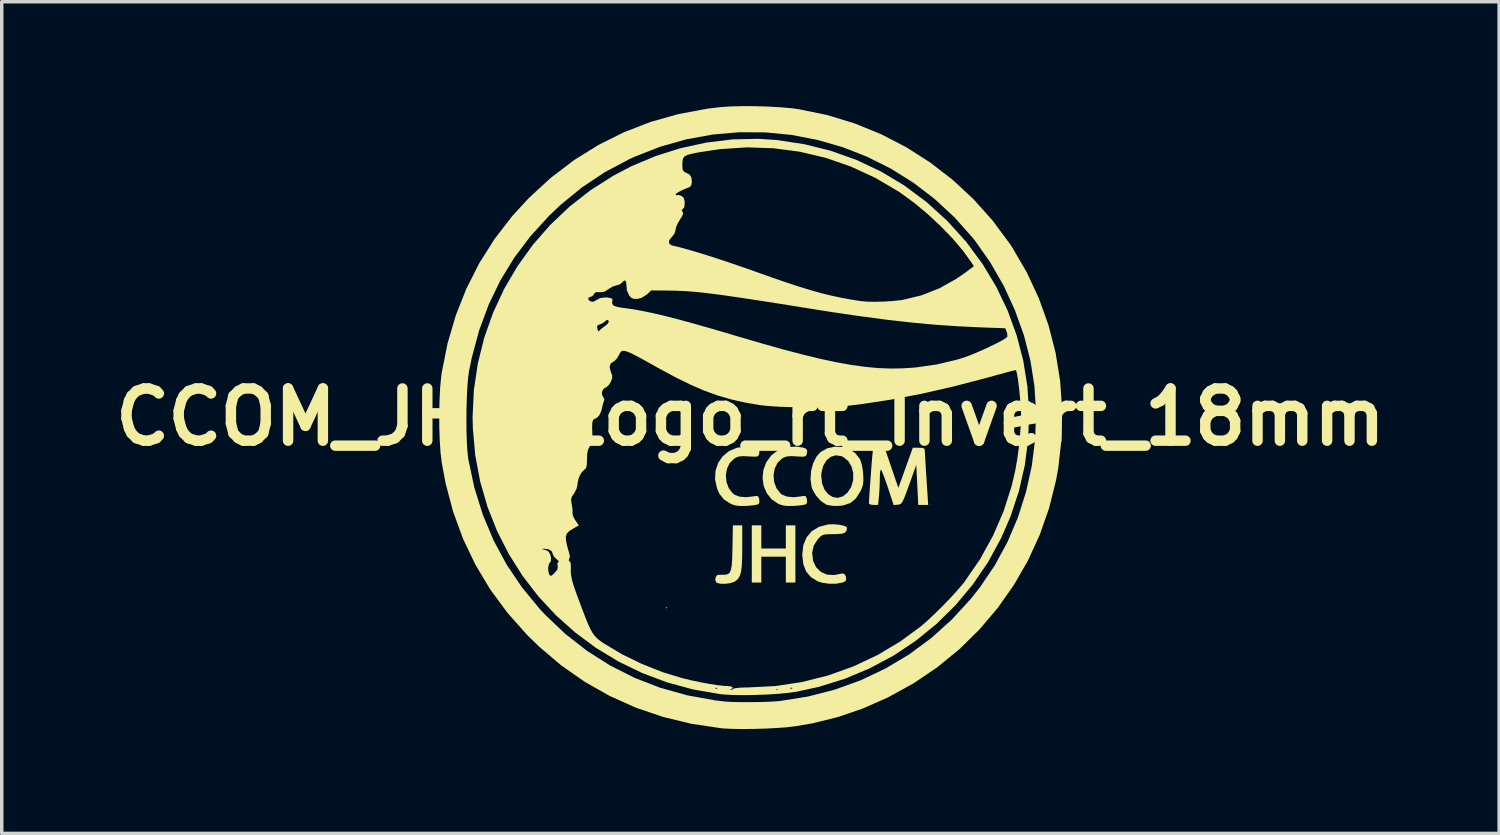
<source format=kicad_pcb>
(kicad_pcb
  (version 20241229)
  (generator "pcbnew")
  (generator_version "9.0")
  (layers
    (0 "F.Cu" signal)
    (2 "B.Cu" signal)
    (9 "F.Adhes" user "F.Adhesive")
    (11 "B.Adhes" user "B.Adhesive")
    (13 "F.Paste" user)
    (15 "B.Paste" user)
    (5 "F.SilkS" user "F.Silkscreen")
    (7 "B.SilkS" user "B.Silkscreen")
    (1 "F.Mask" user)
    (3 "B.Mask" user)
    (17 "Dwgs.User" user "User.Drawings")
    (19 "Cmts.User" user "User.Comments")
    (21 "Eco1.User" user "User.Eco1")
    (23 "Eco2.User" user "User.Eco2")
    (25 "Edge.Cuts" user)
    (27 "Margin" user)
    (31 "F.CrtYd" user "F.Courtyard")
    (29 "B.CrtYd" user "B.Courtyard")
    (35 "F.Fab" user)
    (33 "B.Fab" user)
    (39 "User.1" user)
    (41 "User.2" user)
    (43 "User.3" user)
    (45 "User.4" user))
  (footprint "CCOM_JHC_Logo_rt_Invert_18mm"
    (layer "F.Cu")
    (at 18.514 8.935)
    (property "Reference" "CCOM_JHC_Logo_rt_Invert_18mm" (at 0 0 0) (layer "F.SilkS") (effects (font (size 1.5 1.5) (thickness 0.3))))
    (attr board_only exclude_from_pos_files exclude_from_bom)
    (fp_poly (pts (xy -2.387 5.479) (xy -2.407 5.499) (xy -2.427 5.479) (xy -2.407 5.46)) (stroke (width 0) (type solid)) (fill yes) (layer "F.SilkS"))
    (fp_poly (pts (xy 0.313 3.444) (xy 0.313 3.777) (xy 0.665 3.777) (xy 1.018 3.777) (xy 1.018 3.444) (xy 1.018 3.111) (xy 1.155 3.111) (xy 1.292 3.111) (xy 1.292 3.933) (xy 1.292 4.755) (xy 1.155 4.755) (xy 1.018 4.755) (xy 1.018 4.383) (xy 1.018 4.012) (xy 0.665 4.012) (xy 0.313 4.012) (xy 0.313 4.383) (xy 0.313 4.755) (xy 0.176 4.755) (xy 0.039 4.755) (xy 0.039 3.933) (xy 0.039 3.111) (xy 0.176 3.111) (xy 0.313 3.111)) (stroke (width 0) (type solid)) (fill yes) (layer "F.SilkS"))
    (fp_poly (pts (xy -0.235 3.761) (xy -0.238 4.051) (xy -0.248 4.273) (xy -0.269 4.439) (xy -0.303 4.559) (xy -0.352 4.644) (xy -0.42 4.706) (xy -0.473 4.737) (xy -0.587 4.774) (xy -0.73 4.791) (xy -0.867 4.788) (xy -0.967 4.763) (xy -0.974 4.759) (xy -1.01 4.692) (xy -1.003 4.624) (xy -0.977 4.56) (xy -0.924 4.533) (xy -0.822 4.531) (xy -0.723 4.53) (xy -0.649 4.514) (xy -0.596 4.471) (xy -0.561 4.393) (xy -0.538 4.268) (xy -0.525 4.088) (xy -0.518 3.842) (xy -0.516 3.756) (xy -0.504 3.111) (xy -0.369 3.111) (xy -0.235 3.111)) (stroke (width 0) (type solid)) (fill yes) (layer "F.SilkS"))
    (fp_poly (pts (xy 2.547 3.094) (xy 2.67 3.118) (xy 2.752 3.151) (xy 2.776 3.183) (xy 2.759 3.267) (xy 2.719 3.32) (xy 2.641 3.349) (xy 2.509 3.361) (xy 2.391 3.364) (xy 2.231 3.366) (xy 2.128 3.375) (xy 2.058 3.398) (xy 2 3.442) (xy 1.939 3.507) (xy 1.82 3.691) (xy 1.774 3.902) (xy 1.8 4.129) (xy 1.887 4.315) (xy 2.025 4.451) (xy 2.203 4.528) (xy 2.406 4.539) (xy 2.506 4.52) (xy 2.629 4.495) (xy 2.7 4.507) (xy 2.737 4.565) (xy 2.749 4.616) (xy 2.748 4.689) (xy 2.697 4.735) (xy 2.65 4.753) (xy 2.473 4.788) (xy 2.263 4.79) (xy 2.058 4.76) (xy 1.93 4.718) (xy 1.736 4.598) (xy 1.601 4.438) (xy 1.52 4.229) (xy 1.49 3.965) (xy 1.49 3.951) (xy 1.52 3.682) (xy 1.613 3.456) (xy 1.765 3.278) (xy 1.971 3.153) (xy 2.226 3.087) (xy 2.264 3.083) (xy 2.405 3.08)) (stroke (width 0) (type solid)) (fill yes) (layer "F.SilkS"))
    (fp_poly (pts (xy -0.013 0.853) (xy 0.14 0.876) (xy 0.228 0.909) (xy 0.262 0.961) (xy 0.254 1.043) (xy 0.253 1.048) (xy 0.237 1.099) (xy 0.207 1.128) (xy 0.146 1.138) (xy 0.035 1.135) (xy -0.052 1.129) (xy -0.212 1.122) (xy -0.32 1.131) (xy -0.405 1.159) (xy -0.462 1.192) (xy -0.593 1.317) (xy -0.674 1.484) (xy -0.706 1.674) (xy -0.688 1.868) (xy -0.621 2.047) (xy -0.505 2.193) (xy -0.453 2.233) (xy -0.311 2.287) (xy -0.122 2.303) (xy 0.084 2.279) (xy 0.179 2.264) (xy 0.225 2.282) (xy 0.25 2.345) (xy 0.252 2.353) (xy 0.258 2.444) (xy 0.238 2.497) (xy 0.182 2.518) (xy 0.07 2.537) (xy -0.076 2.55) (xy -0.106 2.552) (xy -0.288 2.555) (xy -0.42 2.542) (xy -0.529 2.509) (xy -0.567 2.492) (xy -0.759 2.369) (xy -0.892 2.204) (xy -0.958 2.058) (xy -1.016 1.792) (xy -1.003 1.542) (xy -0.927 1.316) (xy -0.795 1.125) (xy -0.613 0.977) (xy -0.389 0.882) (xy -0.13 0.847)) (stroke (width 0) (type solid)) (fill yes) (layer "F.SilkS"))
    (fp_poly (pts (xy 1.357 0.853) (xy 1.51 0.876) (xy 1.598 0.909) (xy 1.632 0.961) (xy 1.624 1.043) (xy 1.623 1.048) (xy 1.606 1.099) (xy 1.577 1.128) (xy 1.516 1.138) (xy 1.405 1.135) (xy 1.317 1.129) (xy 1.158 1.122) (xy 1.05 1.131) (xy 0.965 1.159) (xy 0.908 1.192) (xy 0.777 1.317) (xy 0.696 1.484) (xy 0.664 1.674) (xy 0.682 1.868) (xy 0.749 2.047) (xy 0.864 2.193) (xy 0.917 2.233) (xy 1.059 2.287) (xy 1.247 2.303) (xy 1.453 2.279) (xy 1.548 2.264) (xy 1.595 2.282) (xy 1.62 2.345) (xy 1.622 2.353) (xy 1.628 2.444) (xy 1.608 2.497) (xy 1.552 2.518) (xy 1.44 2.537) (xy 1.294 2.55) (xy 1.264 2.552) (xy 1.081 2.555) (xy 0.947 2.542) (xy 0.836 2.508) (xy 0.801 2.492) (xy 0.609 2.363) (xy 0.469 2.186) (xy 0.381 1.977) (xy 0.349 1.75) (xy 0.373 1.519) (xy 0.456 1.298) (xy 0.6 1.101) (xy 0.607 1.094) (xy 0.807 0.944) (xy 1.04 0.863) (xy 1.31 0.849)) (stroke (width 0) (type solid)) (fill yes) (layer "F.SilkS"))
    (fp_poly (pts (xy 2.637 0.859) (xy 2.841 0.923) (xy 3.014 1.037) (xy 3.142 1.199) (xy 3.153 1.22) (xy 3.198 1.355) (xy 3.23 1.535) (xy 3.241 1.654) (xy 3.246 1.819) (xy 3.234 1.94) (xy 3.199 2.05) (xy 3.156 2.143) (xy 3.03 2.339) (xy 2.873 2.468) (xy 2.673 2.537) (xy 2.529 2.553) (xy 2.352 2.55) (xy 2.209 2.525) (xy 2.171 2.511) (xy 2.024 2.411) (xy 1.889 2.261) (xy 1.788 2.09) (xy 1.758 2.006) (xy 1.727 1.782) (xy 1.733 1.705) (xy 2.035 1.705) (xy 2.061 1.915) (xy 2.132 2.088) (xy 2.237 2.218) (xy 2.366 2.298) (xy 2.508 2.321) (xy 2.653 2.28) (xy 2.787 2.175) (xy 2.897 2.004) (xy 2.952 1.811) (xy 2.954 1.612) (xy 2.906 1.424) (xy 2.811 1.264) (xy 2.672 1.149) (xy 2.616 1.123) (xy 2.456 1.098) (xy 2.309 1.142) (xy 2.185 1.245) (xy 2.093 1.399) (xy 2.042 1.594) (xy 2.035 1.705) (xy 1.733 1.705) (xy 1.744 1.546) (xy 1.804 1.322) (xy 1.902 1.131) (xy 2.017 1.004) (xy 2.209 0.897) (xy 2.421 0.85)) (stroke (width 0) (type solid)) (fill yes) (layer "F.SilkS"))
    (fp_poly (pts (xy 4.054 1.458) (xy 4.251 2.035) (xy 4.459 1.458) (xy 4.666 0.881) (xy 4.838 0.881) (xy 4.945 0.885) (xy 4.995 0.906) (xy 5.011 0.958) (xy 5.012 0.988) (xy 5.016 1.061) (xy 5.024 1.197) (xy 5.035 1.382) (xy 5.048 1.601) (xy 5.062 1.81) (xy 5.108 2.524) (xy 4.966 2.524) (xy 4.823 2.524) (xy 4.795 1.949) (xy 4.766 1.375) (xy 4.563 1.94) (xy 4.485 2.155) (xy 4.427 2.307) (xy 4.383 2.408) (xy 4.346 2.469) (xy 4.31 2.5) (xy 4.269 2.513) (xy 4.238 2.517) (xy 4.116 2.529) (xy 3.948 2.018) (xy 3.884 1.832) (xy 3.827 1.677) (xy 3.782 1.565) (xy 3.753 1.51) (xy 3.749 1.507) (xy 3.733 1.543) (xy 3.722 1.637) (xy 3.718 1.769) (xy 3.718 1.775) (xy 3.714 1.962) (xy 3.703 2.161) (xy 3.693 2.284) (xy 3.668 2.524) (xy 3.536 2.524) (xy 3.448 2.513) (xy 3.406 2.487) (xy 3.405 2.483) (xy 3.408 2.414) (xy 3.416 2.285) (xy 3.427 2.111) (xy 3.441 1.909) (xy 3.457 1.697) (xy 3.472 1.491) (xy 3.486 1.307) (xy 3.498 1.164) (xy 3.506 1.086) (xy 3.528 0.881) (xy 3.692 0.881) (xy 3.857 0.881)) (stroke (width 0) (type solid)) (fill yes) (layer "F.SilkS"))
    (fp_poly (pts (xy 0.119 -8.934) (xy 0.498 -8.923) (xy 0.861 -8.903) (xy 1.187 -8.874) (xy 1.389 -8.847) (xy 2.202 -8.68) (xy 2.99 -8.44) (xy 3.75 -8.131) (xy 4.477 -7.755) (xy 5.166 -7.316) (xy 5.813 -6.816) (xy 6.412 -6.259) (xy 6.96 -5.647) (xy 7.451 -4.984) (xy 7.525 -4.873) (xy 7.941 -4.159) (xy 8.288 -3.414) (xy 8.565 -2.642) (xy 8.769 -1.848) (xy 8.9 -1.037) (xy 8.958 -0.215) (xy 8.941 0.614) (xy 8.849 1.444) (xy 8.783 1.814) (xy 8.584 2.611) (xy 8.315 3.381) (xy 7.977 4.119) (xy 7.573 4.821) (xy 7.108 5.482) (xy 6.584 6.1) (xy 6.005 6.67) (xy 5.373 7.187) (xy 4.692 7.648) (xy 3.964 8.049) (xy 3.933 8.064) (xy 3.224 8.377) (xy 2.515 8.62) (xy 1.789 8.799) (xy 1.291 8.884) (xy 1.047 8.913) (xy 0.751 8.935) (xy 0.423 8.952) (xy 0.085 8.961) (xy -0.243 8.964) (xy -0.541 8.959) (xy -0.787 8.946) (xy -0.841 8.941) (xy -1.69 8.815) (xy -2.508 8.617) (xy -3.294 8.35) (xy -4.047 8.012) (xy -4.763 7.606) (xy -5.441 7.132) (xy -6.078 6.591) (xy -6.42 6.257) (xy -6.983 5.623) (xy -7.477 4.953) (xy -7.901 4.246) (xy -8.256 3.502) (xy -8.542 2.722) (xy -8.759 1.906) (xy -8.87 1.31) (xy -8.904 1.023) (xy -8.927 0.68) (xy -8.94 0.301) (xy -8.941 0.084) (xy -8.161 0.084) (xy -8.158 0.41) (xy -8.149 0.713) (xy -8.134 0.974) (xy -8.112 1.178) (xy -8.107 1.209) (xy -7.933 2.027) (xy -7.691 2.804) (xy -7.382 3.541) (xy -7.006 4.239) (xy -6.562 4.897) (xy -6.051 5.517) (xy -5.9 5.679) (xy -5.319 6.231) (xy -4.695 6.718) (xy -4.031 7.139) (xy -3.328 7.494) (xy -2.59 7.779) (xy -1.819 7.995) (xy -1.019 8.14) (xy -0.744 8.173) (xy -0.578 8.184) (xy -0.355 8.19) (xy -0.099 8.192) (xy 0.171 8.19) (xy 0.431 8.184) (xy 0.661 8.174) (xy 0.837 8.16) (xy 0.841 8.16) (xy 1.647 8.032) (xy 2.426 7.832) (xy 3.173 7.562) (xy 3.887 7.223) (xy 4.564 6.818) (xy 5.199 6.348) (xy 5.791 5.815) (xy 6.335 5.222) (xy 6.593 4.896) (xy 7.021 4.264) (xy 7.386 3.592) (xy 7.686 2.885) (xy 7.92 2.152) (xy 8.086 1.399) (xy 8.182 0.634) (xy 8.208 -0.135) (xy 8.16 -0.902) (xy 8.046 -1.624) (xy 7.857 -2.357) (xy 7.597 -3.08) (xy 7.275 -3.779) (xy 6.894 -4.442) (xy 6.463 -5.056) (xy 6.386 -5.153) (xy 5.863 -5.741) (xy 5.293 -6.268) (xy 4.683 -6.735) (xy 4.036 -7.139) (xy 3.357 -7.479) (xy 2.653 -7.755) (xy 1.927 -7.964) (xy 1.186 -8.107) (xy 0.433 -8.181) (xy -0.325 -8.185) (xy -1.085 -8.119) (xy -1.84 -7.982) (xy -2.586 -7.771) (xy -3.318 -7.486) (xy -3.473 -7.415) (xy -4.178 -7.041) (xy -4.84 -6.601) (xy -5.458 -6.096) (xy -5.793 -5.777) (xy -6.327 -5.19) (xy -6.792 -4.572) (xy -7.19 -3.919) (xy -7.524 -3.226) (xy -7.796 -2.49) (xy -8.007 -1.706) (xy -8.088 -1.311) (xy -8.114 -1.12) (xy -8.134 -0.869) (xy -8.149 -0.573) (xy -8.158 -0.25) (xy -8.161 0.084) (xy -8.941 0.084) (xy -8.942 -0.093) (xy -8.934 -0.481) (xy -8.916 -0.843) (xy -8.886 -1.158) (xy -8.871 -1.272) (xy -8.704 -2.113) (xy -8.467 -2.921) (xy -8.161 -3.693) (xy -7.788 -4.429) (xy -7.347 -5.125) (xy -6.841 -5.78) (xy -6.36 -6.302) (xy -5.736 -6.875) (xy -5.073 -7.38) (xy -4.372 -7.817) (xy -3.636 -8.184) (xy -2.866 -8.482) (xy -2.064 -8.708) (xy -1.232 -8.863) (xy -0.882 -8.905) (xy -0.594 -8.926) (xy -0.253 -8.935)) (stroke (width 0) (type solid)) (fill yes) (layer "F.SilkS"))
    (fp_poly (pts (xy 0.749 -7.962) (xy 1.546 -7.842) (xy 2.315 -7.651) (xy 3.053 -7.387) (xy 3.757 -7.054) (xy 4.426 -6.652) (xy 5.057 -6.182) (xy 5.648 -5.646) (xy 5.675 -5.618) (xy 6.204 -5.031) (xy 6.667 -4.405) (xy 7.063 -3.747) (xy 7.391 -3.061) (xy 7.65 -2.351) (xy 7.84 -1.623) (xy 7.959 -0.881) (xy 8.007 -0.131) (xy 7.983 0.624) (xy 7.886 1.378) (xy 7.716 2.126) (xy 7.471 2.865) (xy 7.202 3.483) (xy 6.828 4.169) (xy 6.392 4.809) (xy 5.899 5.4) (xy 5.352 5.94) (xy 4.756 6.425) (xy 4.116 6.852) (xy 3.435 7.217) (xy 2.717 7.519) (xy 1.968 7.752) (xy 1.331 7.891) (xy 1.089 7.925) (xy 0.795 7.953) (xy 0.467 7.973) (xy 0.127 7.986) (xy -0.206 7.991) (xy -0.511 7.986) (xy -0.767 7.972) (xy -0.861 7.962) (xy -1.642 7.828) (xy -1.812 7.782) (xy -1.005 7.782) (xy -0.999 7.805) (xy -0.978 7.808) (xy -0.946 7.794) (xy -0.952 7.782) (xy -0.999 7.777) (xy -1.005 7.782) (xy -1.812 7.782) (xy -2.393 7.624) (xy -3.111 7.355) (xy -3.792 7.024) (xy -4.435 6.635) (xy -5.034 6.191) (xy -5.588 5.696) (xy -6.093 5.153) (xy -6.545 4.567) (xy -6.941 3.94) (xy -7.015 3.794) (xy -6 3.794) (xy -5.942 3.804) (xy -5.847 3.835) (xy -5.793 3.874) (xy -5.748 3.959) (xy -5.728 4.06) (xy -5.736 4.143) (xy -5.757 4.17) (xy -5.795 4.232) (xy -5.812 4.336) (xy -5.807 4.446) (xy -5.781 4.523) (xy -5.749 4.561) (xy -5.71 4.553) (xy -5.644 4.495) (xy -5.628 4.479) (xy -5.553 4.388) (xy -5.534 4.307) (xy -5.541 4.268) (xy -5.547 4.189) (xy -5.513 4.167) (xy -5.504 4.147) (xy -5.55 4.099) (xy -5.567 4.085) (xy -5.641 4.015) (xy -5.675 3.951) (xy -5.675 3.947) (xy -5.71 3.856) (xy -5.802 3.798) (xy -5.917 3.783) (xy -5.996 3.788) (xy -6 3.794) (xy -7.015 3.794) (xy -7.195 3.441) (xy -5.305 3.441) (xy -5.298 3.552) (xy -5.267 3.703) (xy -5.225 3.853) (xy -5.219 3.87) (xy -5.188 3.993) (xy -5.202 4.066) (xy -5.207 4.072) (xy -5.225 4.12) (xy -5.199 4.138) (xy -5.167 4.189) (xy -5.159 4.314) (xy -5.161 4.353) (xy -5.162 4.449) (xy -5.154 4.547) (xy -5.132 4.659) (xy -5.094 4.797) (xy -5.036 4.973) (xy -4.954 5.198) (xy -4.856 5.46) (xy -4.753 5.73) (xy -4.669 5.938) (xy -4.596 6.096) (xy -4.529 6.215) (xy -4.458 6.307) (xy -4.378 6.384) (xy -4.281 6.457) (xy -4.207 6.507) (xy -3.688 6.817) (xy -3.119 7.094) (xy -2.529 7.328) (xy -1.977 7.497) (xy -1.711 7.562) (xy -1.436 7.62) (xy -1.169 7.669) (xy -0.93 7.706) (xy -0.737 7.726) (xy -0.656 7.729) (xy -0.555 7.741) (xy -0.509 7.769) (xy -0.527 7.805) (xy -0.558 7.821) (xy -0.584 7.839) (xy -0.56 7.844) (xy -0.519 7.827) (xy 0.744 7.827) (xy 0.763 7.847) (xy 0.783 7.827) (xy 0.763 7.808) (xy 0.744 7.827) (xy -0.519 7.827) (xy -0.498 7.819) (xy -0.489 7.808) (xy -0.442 7.791) (xy -0.363 7.782) (xy 1.148 7.782) (xy 1.153 7.805) (xy 1.174 7.808) (xy 1.206 7.794) (xy 1.2 7.782) (xy 1.154 7.777) (xy 1.148 7.782) (xy -0.363 7.782) (xy -0.332 7.778) (xy -0.178 7.77) (xy -0.061 7.769) (xy 0.713 7.73) (xy 1.477 7.615) (xy 2.226 7.427) (xy 2.953 7.167) (xy 3.651 6.839) (xy 4.314 6.443) (xy 4.892 6.019) (xy 5.076 5.86) (xy 5.289 5.661) (xy 5.515 5.438) (xy 5.737 5.208) (xy 5.939 4.988) (xy 6.103 4.795) (xy 6.15 4.736) (xy 6.594 4.092) (xy 6.97 3.412) (xy 7.276 2.703) (xy 7.51 1.968) (xy 7.611 1.532) (xy 7.666 1.223) (xy 7.711 0.887) (xy 7.746 0.546) (xy 7.769 0.22) (xy 7.777 -0.07) (xy 7.77 -0.294) (xy 7.744 -0.594) (xy 7.717 -0.855) (xy 7.69 -1.069) (xy 7.664 -1.229) (xy 7.64 -1.324) (xy 7.623 -1.35) (xy 7.576 -1.34) (xy 7.464 -1.312) (xy 7.3 -1.268) (xy 7.095 -1.213) (xy 6.86 -1.148) (xy 6.754 -1.119) (xy 5.821 -0.875) (xy 4.905 -0.667) (xy 4.019 -0.498) (xy 3.178 -0.37) (xy 2.818 -0.327) (xy 2.552 -0.305) (xy 2.236 -0.29) (xy 1.889 -0.281) (xy 1.529 -0.28) (xy 1.172 -0.285) (xy 0.837 -0.297) (xy 0.541 -0.316) (xy 0.302 -0.34) (xy 0.267 -0.345) (xy -0.163 -0.419) (xy -0.562 -0.51) (xy -0.945 -0.622) (xy -1.329 -0.761) (xy -1.726 -0.933) (xy -2.153 -1.143) (xy -2.624 -1.397) (xy -2.681 -1.428) (xy -2.968 -1.589) (xy -3.195 -1.714) (xy -3.37 -1.805) (xy -3.501 -1.866) (xy -3.595 -1.898) (xy -3.662 -1.905) (xy -3.708 -1.889) (xy -3.742 -1.852) (xy -3.772 -1.798) (xy -3.78 -1.781) (xy -3.841 -1.68) (xy -3.904 -1.613) (xy -3.924 -1.602) (xy -4.016 -1.538) (xy -4.046 -1.433) (xy -4.013 -1.299) (xy -4.011 -1.295) (xy -3.972 -1.197) (xy -3.974 -1.116) (xy -4.006 -1.026) (xy -4.062 -0.929) (xy -4.128 -0.869) (xy -4.139 -0.864) (xy -4.224 -0.807) (xy -4.268 -0.719) (xy -4.261 -0.629) (xy -4.238 -0.595) (xy -4.198 -0.511) (xy -4.208 -0.463) (xy -4.237 -0.384) (xy -4.244 -0.352) (xy -4.284 -0.178) (xy -4.346 -0.046) (xy -4.422 0.028) (xy -4.442 0.036) (xy -4.494 0.056) (xy -4.527 0.094) (xy -4.544 0.166) (xy -4.549 0.284) (xy -4.543 0.464) (xy -4.542 0.497) (xy -4.544 0.65) (xy -4.57 0.758) (xy -4.614 0.836) (xy -4.664 0.929) (xy -4.689 1.046) (xy -4.696 1.209) (xy -4.7 1.354) (xy -4.715 1.442) (xy -4.746 1.493) (xy -4.778 1.516) (xy -4.861 1.603) (xy -4.929 1.738) (xy -4.967 1.889) (xy -4.97 1.948) (xy -4.996 2.061) (xy -5.06 2.183) (xy -5.071 2.199) (xy -5.133 2.29) (xy -5.153 2.368) (xy -5.142 2.472) (xy -5.134 2.508) (xy -5.115 2.63) (xy -5.111 2.728) (xy -5.114 2.753) (xy -5.104 2.824) (xy -5.058 2.925) (xy -5.031 2.967) (xy -4.931 3.115) (xy -5.055 3.182) (xy -5.196 3.268) (xy -5.276 3.348) (xy -5.305 3.441) (xy -7.195 3.441) (xy -7.279 3.277) (xy -7.555 2.58) (xy -7.765 1.855) (xy -7.907 1.103) (xy -7.976 0.33) (xy -7.984 -0.008) (xy -7.946 -0.782) (xy -7.833 -1.541) (xy -7.649 -2.28) (xy -7.544 -2.578) (xy -4.406 -2.578) (xy -4.386 -2.499) (xy -4.383 -2.475) (xy -4.364 -2.463) (xy -4.334 -2.49) (xy -4.266 -2.553) (xy -4.178 -2.616) (xy -4.103 -2.679) (xy -4.07 -2.739) (xy -4.07 -2.741) (xy -4.091 -2.793) (xy -4.143 -2.782) (xy -4.184 -2.743) (xy -4.257 -2.692) (xy -4.33 -2.664) (xy -4.402 -2.627) (xy -4.406 -2.578) (xy -7.544 -2.578) (xy -7.396 -2.995) (xy -7.196 -3.426) (xy -4.66 -3.426) (xy -4.656 -3.375) (xy -4.602 -3.327) (xy -4.52 -3.312) (xy -4.471 -3.337) (xy -4.318 -3.419) (xy -4.159 -3.439) (xy -4.097 -3.434) (xy -4 -3.416) (xy -3.964 -3.386) (xy -3.969 -3.328) (xy -3.97 -3.324) (xy -3.972 -3.254) (xy -3.932 -3.204) (xy -3.838 -3.168) (xy -3.679 -3.14) (xy -3.62 -3.133) (xy -3.377 -3.099) (xy -3.108 -3.051) (xy -2.806 -2.988) (xy -2.465 -2.908) (xy -2.077 -2.809) (xy -1.638 -2.689) (xy -1.139 -2.547) (xy -0.576 -2.382) (xy -0.372 -2.321) (xy 0.318 -2.119) (xy 0.941 -1.944) (xy 1.505 -1.796) (xy 2.016 -1.672) (xy 2.481 -1.573) (xy 2.907 -1.497) (xy 3.3 -1.443) (xy 3.667 -1.409) (xy 4.014 -1.395) (xy 4.349 -1.399) (xy 4.678 -1.42) (xy 4.775 -1.429) (xy 5.365 -1.514) (xy 5.916 -1.645) (xy 6.125 -1.708) (xy 6.284 -1.766) (xy 6.47 -1.841) (xy 6.669 -1.927) (xy 6.868 -2.019) (xy 7.052 -2.109) (xy 7.207 -2.19) (xy 7.321 -2.257) (xy 7.379 -2.303) (xy 7.383 -2.309) (xy 7.383 -2.377) (xy 7.363 -2.453) (xy 7.325 -2.552) (xy 6.588 -2.579) (xy 5.938 -2.61) (xy 5.279 -2.656) (xy 4.599 -2.72) (xy 3.884 -2.801) (xy 3.125 -2.902) (xy 2.307 -3.023) (xy 1.976 -3.075) (xy 1.365 -3.173) (xy 0.825 -3.259) (xy 0.35 -3.333) (xy -0.067 -3.397) (xy -0.43 -3.451) (xy -0.747 -3.497) (xy -1.023 -3.534) (xy -1.265 -3.564) (xy -1.478 -3.587) (xy -1.669 -3.605) (xy -1.844 -3.618) (xy -2.009 -3.626) (xy -2.169 -3.632) (xy -2.332 -3.634) (xy -2.335 -3.635) (xy -2.851 -3.64) (xy -2.97 -3.526) (xy -3.129 -3.424) (xy -3.243 -3.398) (xy -3.354 -3.397) (xy -3.428 -3.431) (xy -3.479 -3.487) (xy -3.549 -3.637) (xy -3.561 -3.762) (xy -3.572 -3.883) (xy -3.604 -3.929) (xy -3.657 -3.9) (xy -3.686 -3.865) (xy -3.762 -3.81) (xy -3.852 -3.784) (xy -3.96 -3.75) (xy -4.071 -3.683) (xy -4.085 -3.673) (xy -4.197 -3.602) (xy -4.314 -3.588) (xy -4.337 -3.59) (xy -4.436 -3.591) (xy -4.482 -3.559) (xy -4.491 -3.537) (xy -4.54 -3.476) (xy -4.593 -3.456) (xy -4.66 -3.426) (xy -7.196 -3.426) (xy -7.077 -3.681) (xy -6.695 -4.334) (xy -6.253 -4.948) (xy -6.208 -5) (xy -2.342 -5) (xy -2.285 -4.943) (xy -2.241 -4.929) (xy -2.012 -4.874) (xy -1.722 -4.793) (xy -1.38 -4.691) (xy -0.997 -4.569) (xy -0.585 -4.433) (xy -0.154 -4.284) (xy 0.124 -4.186) (xy 0.604 -4.016) (xy 1.023 -3.871) (xy 1.392 -3.75) (xy 1.722 -3.649) (xy 2.025 -3.564) (xy 2.31 -3.493) (xy 2.59 -3.433) (xy 2.875 -3.38) (xy 3.17 -3.333) (xy 3.346 -3.317) (xy 3.574 -3.312) (xy 3.828 -3.318) (xy 4.082 -3.334) (xy 4.31 -3.358) (xy 4.386 -3.37) (xy 4.923 -3.5) (xy 5.435 -3.702) (xy 5.927 -3.979) (xy 6.156 -4.138) (xy 6.421 -4.334) (xy 6.355 -4.437) (xy 6.113 -4.774) (xy 5.813 -5.128) (xy 5.47 -5.484) (xy 5.099 -5.83) (xy 4.713 -6.151) (xy 4.328 -6.433) (xy 4.26 -6.479) (xy 3.586 -6.876) (xy 2.886 -7.199) (xy 2.164 -7.449) (xy 1.422 -7.625) (xy 0.663 -7.725) (xy -0.107 -7.75) (xy -0.887 -7.698) (xy -1.474 -7.609) (xy -1.673 -7.57) (xy -1.808 -7.535) (xy -1.891 -7.494) (xy -1.935 -7.435) (xy -1.953 -7.35) (xy -1.956 -7.226) (xy -1.956 -7.21) (xy -1.947 -7.106) (xy -1.908 -7.05) (xy -1.85 -7.022) (xy -1.747 -6.967) (xy -1.697 -6.887) (xy -1.683 -6.76) (xy -1.703 -6.651) (xy -1.751 -6.607) (xy -1.899 -6.549) (xy -2.027 -6.488) (xy -2.118 -6.434) (xy -2.153 -6.396) (xy -2.153 -6.396) (xy -2.129 -6.372) (xy -2.116 -6.378) (xy -2.057 -6.38) (xy -1.988 -6.358) (xy -1.923 -6.309) (xy -1.894 -6.225) (xy -1.889 -6.16) (xy -1.898 -6.037) (xy -1.94 -5.982) (xy -1.94 -5.981) (xy -1.977 -5.949) (xy -1.953 -5.905) (xy -1.932 -5.848) (xy -1.964 -5.771) (xy -1.981 -5.744) (xy -2.083 -5.579) (xy -2.138 -5.455) (xy -2.153 -5.364) (xy -2.18 -5.278) (xy -2.246 -5.189) (xy -2.25 -5.186) (xy -2.331 -5.084) (xy -2.342 -5) (xy -6.208 -5) (xy -5.754 -5.52) (xy -5.2 -6.045) (xy -4.596 -6.518) (xy -3.942 -6.934) (xy -3.425 -7.206) (xy -2.724 -7.501) (xy -1.999 -7.729) (xy -1.26 -7.889) (xy -0.517 -7.979) (xy 0.221 -7.996)) (stroke (width 0) (type solid)) (fill yes) (layer "F.SilkS")))
  (gr_rect
    (start -3 -3)
    (end 40.029 20.899)
    (stroke (width 0.1) (type default))
    (fill no)
    (layer "Edge.Cuts")))
</source>
